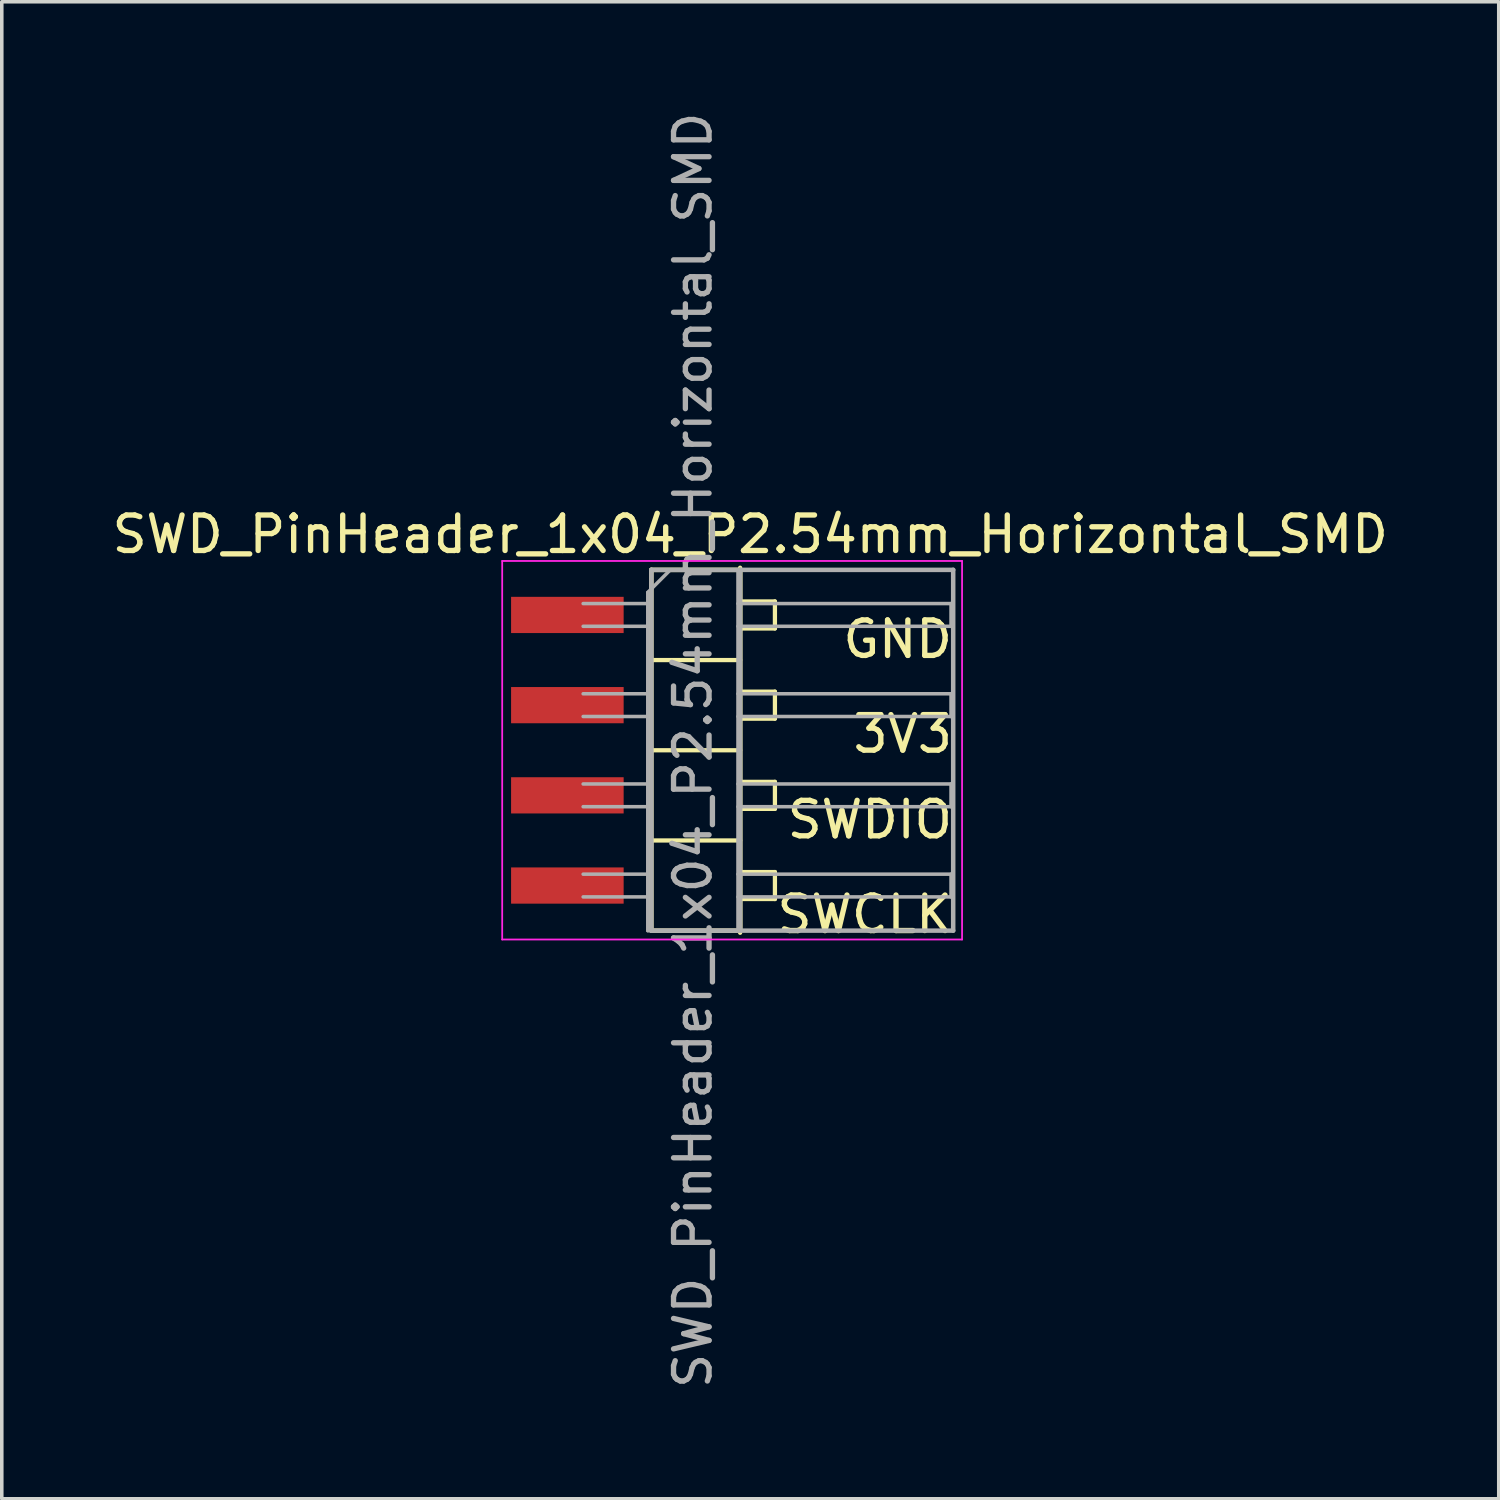
<source format=kicad_pcb>
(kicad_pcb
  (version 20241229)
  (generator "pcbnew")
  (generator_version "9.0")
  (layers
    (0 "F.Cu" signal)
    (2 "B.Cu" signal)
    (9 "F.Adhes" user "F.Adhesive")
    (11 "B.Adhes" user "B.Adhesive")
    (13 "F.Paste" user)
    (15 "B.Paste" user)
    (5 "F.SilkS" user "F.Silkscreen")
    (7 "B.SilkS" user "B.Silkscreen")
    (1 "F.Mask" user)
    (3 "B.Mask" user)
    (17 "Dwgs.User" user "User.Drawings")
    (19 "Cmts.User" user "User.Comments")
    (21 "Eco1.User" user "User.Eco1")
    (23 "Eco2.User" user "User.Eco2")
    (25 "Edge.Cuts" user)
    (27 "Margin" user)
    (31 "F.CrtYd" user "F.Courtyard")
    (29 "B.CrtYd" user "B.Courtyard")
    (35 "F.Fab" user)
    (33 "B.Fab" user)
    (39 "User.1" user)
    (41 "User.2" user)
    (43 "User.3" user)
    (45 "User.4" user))
  (footprint "SWD_PinHeader_1x04_P2.54mm_Horizontal_SMD"
    (layer "F.Cu")
    (at 12.947 14.267)
    (property "Reference" "SWD_PinHeader_1x04_P2.54mm_Horizontal_SMD" (at 5.13 -2.27 0) (layer "F.SilkS") (effects (font (size 1 1) (thickness 0.15))))
    (attr smd)
    (fp_line (start 2.345 -1.27) (end 4.845 -1.27) (stroke (width 0.127) (type solid)) (layer "F.SilkS"))
    (fp_line (start 2.345 1.27) (end 4.845 1.27) (stroke (width 0.12) (type solid)) (layer "F.SilkS"))
    (fp_line (start 2.345 3.81) (end 4.845 3.81) (stroke (width 0.12) (type solid)) (layer "F.SilkS"))
    (fp_line (start 2.345 6.35) (end 4.845 6.35) (stroke (width 0.12) (type solid)) (layer "F.SilkS"))
    (fp_line (start 2.345 8.89) (end 2.345 -1.27) (stroke (width 0.127) (type solid)) (layer "F.SilkS"))
    (fp_line (start 4.845 -1.27) (end 4.845 8.89) (stroke (width 0.127) (type solid)) (layer "F.SilkS"))
    (fp_line (start 4.845 -0.38) (end 5.825 -0.38) (stroke (width 0.12) (type solid)) (layer "F.SilkS"))
    (fp_line (start 4.845 2.16) (end 5.825 2.16) (stroke (width 0.12) (type solid)) (layer "F.SilkS"))
    (fp_line (start 4.845 4.7) (end 5.825 4.7) (stroke (width 0.12) (type solid)) (layer "F.SilkS"))
    (fp_line (start 4.845 7.24) (end 5.825 7.24) (stroke (width 0.12) (type solid)) (layer "F.SilkS"))
    (fp_line (start 4.845 8.89) (end 2.345 8.89) (stroke (width 0.127) (type solid)) (layer "F.SilkS"))
    (fp_line (start 4.845 8.95) (end 4.845 -1.33) (stroke (width 0.12) (type solid)) (layer "F.SilkS"))
    (fp_line (start 5.825 -0.38) (end 5.825 0.38) (stroke (width 0.12) (type solid)) (layer "F.SilkS"))
    (fp_line (start 5.825 0.38) (end 4.845 0.38) (stroke (width 0.12) (type solid)) (layer "F.SilkS"))
    (fp_line (start 5.825 2.16) (end 5.825 2.92) (stroke (width 0.12) (type solid)) (layer "F.SilkS"))
    (fp_line (start 5.825 2.92) (end 4.845 2.92) (stroke (width 0.12) (type solid)) (layer "F.SilkS"))
    (fp_line (start 5.825 4.7) (end 5.825 5.46) (stroke (width 0.12) (type solid)) (layer "F.SilkS"))
    (fp_line (start 5.825 5.46) (end 4.845 5.46) (stroke (width 0.12) (type solid)) (layer "F.SilkS"))
    (fp_line (start 5.825 7.24) (end 5.825 8) (stroke (width 0.12) (type solid)) (layer "F.SilkS"))
    (fp_line (start 5.825 8) (end 4.845 8) (stroke (width 0.12) (type solid)) (layer "F.SilkS"))
    (fp_line (start -1.855 -1.52) (end -1.855 9.14) (stroke (width 0.05) (type solid)) (layer "F.CrtYd"))
    (fp_line (start -1.855 9.14) (end 11.095 9.14) (stroke (width 0.05) (type solid)) (layer "F.CrtYd"))
    (fp_line (start 11.095 -1.52) (end -1.855 -1.52) (stroke (width 0.05) (type solid)) (layer "F.CrtYd"))
    (fp_line (start 11.095 9.14) (end 11.095 -1.52) (stroke (width 0.05) (type solid)) (layer "F.CrtYd"))
    (fp_line (start 0.425 -0.32) (end 2.245 -0.32) (stroke (width 0.1) (type solid)) (layer "F.Fab"))
    (fp_line (start 0.425 0.32) (end 2.245 0.32) (stroke (width 0.1) (type solid)) (layer "F.Fab"))
    (fp_line (start 0.425 2.22) (end 2.245 2.22) (stroke (width 0.1) (type solid)) (layer "F.Fab"))
    (fp_line (start 0.425 2.86) (end 2.245 2.86) (stroke (width 0.1) (type solid)) (layer "F.Fab"))
    (fp_line (start 0.425 4.76) (end 2.245 4.76) (stroke (width 0.1) (type solid)) (layer "F.Fab"))
    (fp_line (start 0.425 5.4) (end 2.245 5.4) (stroke (width 0.1) (type solid)) (layer "F.Fab"))
    (fp_line (start 0.425 7.3) (end 2.245 7.3) (stroke (width 0.1) (type solid)) (layer "F.Fab"))
    (fp_line (start 0.425 7.94) (end 2.245 7.94) (stroke (width 0.1) (type solid)) (layer "F.Fab"))
    (fp_line (start 2.245 -0.635) (end 2.88 -1.27) (stroke (width 0.1) (type solid)) (layer "F.Fab"))
    (fp_line (start 2.245 8.89) (end 2.245 -0.635) (stroke (width 0.1) (type solid)) (layer "F.Fab"))
    (fp_line (start 2.345 -1.27) (end 4.845 -1.27) (stroke (width 0.127) (type solid)) (layer "F.Fab"))
    (fp_line (start 2.345 8.89) (end 2.345 -1.27) (stroke (width 0.127) (type solid)) (layer "F.Fab"))
    (fp_line (start 2.88 -1.27) (end 4.785 -1.27) (stroke (width 0.1) (type solid)) (layer "F.Fab"))
    (fp_line (start 4.785 -1.27) (end 4.785 8.89) (stroke (width 0.1) (type solid)) (layer "F.Fab"))
    (fp_line (start 4.785 -0.32) (end 10.785 -0.32) (stroke (width 0.1) (type solid)) (layer "F.Fab"))
    (fp_line (start 4.785 0.32) (end 10.785 0.32) (stroke (width 0.1) (type solid)) (layer "F.Fab"))
    (fp_line (start 4.785 2.22) (end 10.785 2.22) (stroke (width 0.1) (type solid)) (layer "F.Fab"))
    (fp_line (start 4.785 2.86) (end 10.785 2.86) (stroke (width 0.1) (type solid)) (layer "F.Fab"))
    (fp_line (start 4.785 4.76) (end 10.785 4.76) (stroke (width 0.1) (type solid)) (layer "F.Fab"))
    (fp_line (start 4.785 5.4) (end 10.785 5.4) (stroke (width 0.1) (type solid)) (layer "F.Fab"))
    (fp_line (start 4.785 7.3) (end 10.785 7.3) (stroke (width 0.1) (type solid)) (layer "F.Fab"))
    (fp_line (start 4.785 7.94) (end 10.785 7.94) (stroke (width 0.1) (type solid)) (layer "F.Fab"))
    (fp_line (start 4.785 8.89) (end 2.245 8.89) (stroke (width 0.1) (type solid)) (layer "F.Fab"))
    (fp_line (start 4.845 -1.27) (end 4.845 8.89) (stroke (width 0.127) (type solid)) (layer "F.Fab"))
    (fp_line (start 4.845 -1.27) (end 10.845 -1.27) (stroke (width 0.127) (type solid)) (layer "F.Fab"))
    (fp_line (start 4.845 8.89) (end 2.345 8.89) (stroke (width 0.127) (type solid)) (layer "F.Fab"))
    (fp_line (start 10.785 -0.32) (end 10.785 0.32) (stroke (width 0.1) (type solid)) (layer "F.Fab"))
    (fp_line (start 10.785 2.22) (end 10.785 2.86) (stroke (width 0.1) (type solid)) (layer "F.Fab"))
    (fp_line (start 10.785 4.76) (end 10.785 5.4) (stroke (width 0.1) (type solid)) (layer "F.Fab"))
    (fp_line (start 10.785 7.3) (end 10.785 7.94) (stroke (width 0.1) (type solid)) (layer "F.Fab"))
    (fp_line (start 10.845 -1.27) (end 10.845 8.89) (stroke (width 0.127) (type solid)) (layer "F.Fab"))
    (fp_line (start 10.845 8.89) (end 4.845 8.89) (stroke (width 0.127) (type solid)) (layer "F.Fab"))
    (fp_text user "SWCLK" (at 10.905 9.017 0) (unlocked yes) (layer "F.SilkS") (effects (font (size 1 1) (thickness 0.15)) (justify right bottom)))
    (fp_text user "SWDIO" (at 10.905 6.35 0) (unlocked yes) (layer "F.SilkS") (effects (font (size 1 1) (thickness 0.15)) (justify right bottom)))
    (fp_text user "3V3" (at 10.905 3.937 0) (unlocked yes) (layer "F.SilkS") (effects (font (size 1 1) (thickness 0.15)) (justify right bottom)))
    (fp_text user "GND" (at 10.905 1.27 0) (unlocked yes) (layer "F.SilkS") (effects (font (size 1 1) (thickness 0.15)) (justify right bottom)))
    (fp_text user "${REFERENCE}" (at 3.515 3.81 90) (layer "F.Fab") (effects (font (size 1 1) (thickness 0.15))))
    (pad "1" smd rect (at -0.02 0 90) (size 1.02 3.17) (layers "F.Cu" "F.Mask" "F.Paste"))
    (pad "2" smd rect (at -0.02 2.54 90) (size 1.02 3.17) (layers "F.Cu" "F.Mask" "F.Paste"))
    (pad "3" smd rect (at -0.02 5.08 90) (size 1.02 3.17) (layers "F.Cu" "F.Mask" "F.Paste"))
    (pad "4" smd rect (at -0.02 7.62 90) (size 1.02 3.17) (layers "F.Cu" "F.Mask" "F.Paste")))
  (gr_rect
    (start -3 -3)
    (end 39.155 39.155)
    (stroke (width 0.1) (type default))
    (fill no)
    (layer "Edge.Cuts")))
</source>
